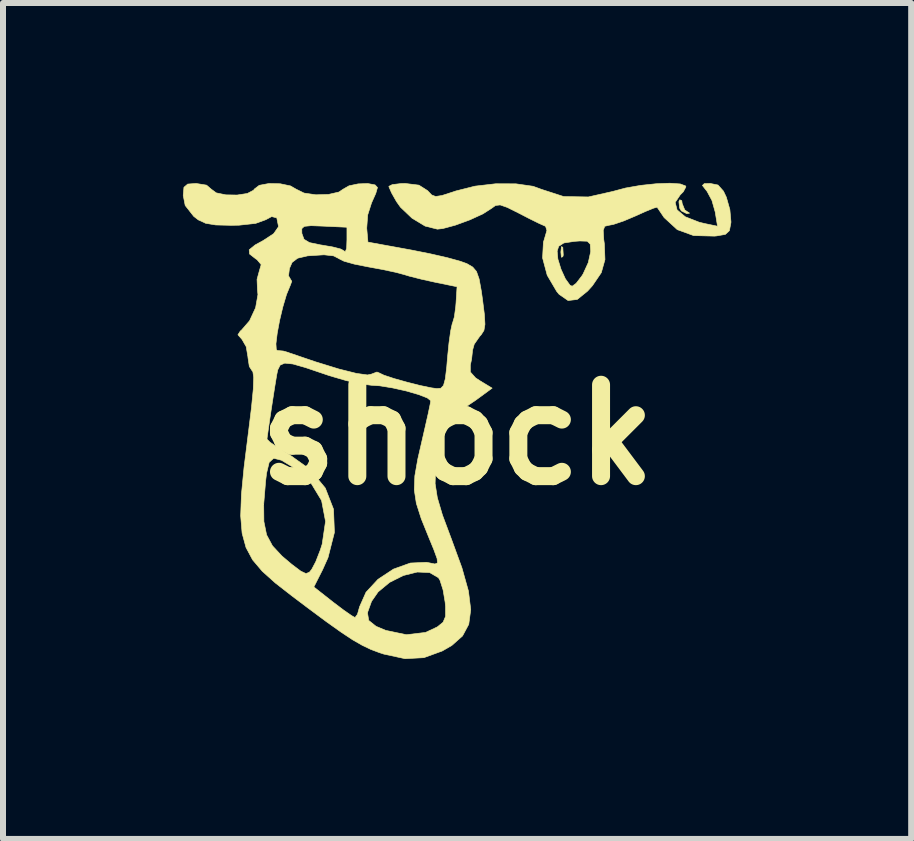
<source format=kicad_pcb>
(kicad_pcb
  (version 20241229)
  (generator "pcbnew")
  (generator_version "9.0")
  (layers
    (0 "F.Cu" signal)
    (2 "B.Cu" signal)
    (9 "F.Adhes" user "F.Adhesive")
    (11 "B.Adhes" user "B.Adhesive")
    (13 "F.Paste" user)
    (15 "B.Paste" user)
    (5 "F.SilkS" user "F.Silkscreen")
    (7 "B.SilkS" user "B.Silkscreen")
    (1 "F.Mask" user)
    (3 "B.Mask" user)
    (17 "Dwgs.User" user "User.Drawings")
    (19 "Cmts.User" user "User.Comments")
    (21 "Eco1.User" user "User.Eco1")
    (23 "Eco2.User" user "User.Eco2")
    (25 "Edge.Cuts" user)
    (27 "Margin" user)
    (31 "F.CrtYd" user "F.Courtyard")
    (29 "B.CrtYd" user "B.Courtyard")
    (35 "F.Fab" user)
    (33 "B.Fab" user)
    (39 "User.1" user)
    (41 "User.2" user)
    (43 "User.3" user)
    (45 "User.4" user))
  (footprint "shock"
    (layer "F.Cu")
    (at 4.577 4.2)
    (property "Reference" "shock" (at 0 0 0) (layer "F.SilkS") (effects (font (size 1.524 1.524) (thickness 0.3))))
    (attr through_hole)
    (fp_poly (pts (xy 1.757 -3.127) (xy 1.765 -2.997) (xy 1.757 -2.969) (xy 1.733 -2.961) (xy 1.725 -3.048) (xy 1.735 -3.138) (xy 1.757 -3.127)) (stroke (width 0.01) (type solid)) (fill yes) (layer "F.SilkS"))
    (fp_poly (pts (xy 3.741 -3.904) (xy 3.747 -3.858) (xy 3.79 -3.751) (xy 3.826 -3.725) (xy 3.871 -3.696) (xy 3.824 -3.688) (xy 3.733 -3.734) (xy 3.705 -3.781) (xy 3.693 -3.887) (xy 3.707 -3.919) (xy 3.741 -3.904)) (stroke (width 0.01) (type solid)) (fill yes) (layer "F.SilkS"))
    (fp_poly (pts (xy 3.716 -4.183) (xy 3.804 -4.15) (xy 3.81 -4.135) (xy 3.767 -4.053) (xy 3.715 -4.001) (xy 3.631 -3.875) (xy 3.663 -3.75) (xy 3.8 -3.635) (xy 4.033 -3.544) (xy 4.121 -3.523) (xy 4.337 -3.478) (xy 4.298 -3.716) (xy 4.244 -3.907) (xy 4.162 -4.06) (xy 4.152 -4.072) (xy 4.085 -4.158) (xy 4.116 -4.188) (xy 4.216 -4.191) (xy 4.345 -4.165) (xy 4.436 -4.063) (xy 4.484 -3.962) (xy 4.543 -3.754) (xy 4.561 -3.552) (xy 4.56 -3.534) (xy 4.535 -3.404) (xy 4.468 -3.342) (xy 4.319 -3.316) (xy 4.286 -3.313) (xy 3.938 -3.322) (xy 3.666 -3.421) (xy 3.446 -3.623) (xy 3.33 -3.795) (xy 3.273 -3.78) (xy 3.133 -3.723) (xy 2.978 -3.653) (xy 2.773 -3.566) (xy 2.601 -3.508) (xy 2.522 -3.493) (xy 2.456 -3.477) (xy 2.431 -3.408) (xy 2.44 -3.256) (xy 2.45 -3.184) (xy 2.46 -2.921) (xy 2.399 -2.704) (xy 2.251 -2.486) (xy 2.171 -2.397) (xy 1.998 -2.257) (xy 1.845 -2.239) (xy 1.696 -2.342) (xy 1.656 -2.39) (xy 1.497 -2.661) (xy 1.42 -2.949) (xy 1.426 -3.064) (xy 1.663 -3.064) (xy 1.675 -2.93) (xy 1.727 -2.761) (xy 1.8 -2.601) (xy 1.876 -2.496) (xy 1.913 -2.477) (xy 1.98 -2.526) (xy 2.074 -2.648) (xy 2.096 -2.683) (xy 2.182 -2.871) (xy 2.222 -3.053) (xy 2.222 -3.069) (xy 2.214 -3.18) (xy 2.165 -3.228) (xy 2.04 -3.232) (xy 1.953 -3.226) (xy 1.775 -3.199) (xy 1.689 -3.144) (xy 1.663 -3.064) (xy 1.426 -3.064) (xy 1.434 -3.213) (xy 1.449 -3.26) (xy 1.492 -3.408) (xy 1.47 -3.476) (xy 1.451 -3.485) (xy 1.359 -3.526) (xy 1.193 -3.608) (xy 1.029 -3.693) (xy 0.833 -3.791) (xy 0.713 -3.833) (xy 0.635 -3.824) (xy 0.569 -3.776) (xy 0.425 -3.684) (xy 0.207 -3.584) (xy -0.033 -3.496) (xy -0.244 -3.439) (xy -0.334 -3.429) (xy -0.538 -3.48) (xy -0.758 -3.613) (xy -0.95 -3.796) (xy -1.016 -3.889) (xy -1.098 -4.034) (xy -1.141 -4.133) (xy -1.143 -4.143) (xy -1.086 -4.172) (xy -0.944 -4.189) (xy -0.871 -4.191) (xy -0.642 -4.163) (xy -0.497 -4.071) (xy -0.493 -4.066) (xy -0.429 -3.999) (xy -0.363 -3.974) (xy -0.258 -3.99) (xy -0.078 -4.048) (xy -0.025 -4.066) (xy 0.292 -4.146) (xy 0.639 -4.186) (xy 0.975 -4.185) (xy 1.261 -4.144) (xy 1.404 -4.092) (xy 1.771 -3.973) (xy 2.183 -3.966) (xy 2.586 -4.057) (xy 2.803 -4.115) (xy 3.055 -4.159) (xy 3.311 -4.186) (xy 3.541 -4.195) (xy 3.716 -4.183)) (stroke (width 0.01) (type solid)) (fill yes) (layer "F.SilkS"))
    (fp_poly (pts (xy -4.183 -4.163) (xy -4.105 -4.096) (xy -4.021 -4.034) (xy -3.861 -4.001) (xy -3.673 -3.998) (xy -3.503 -4.024) (xy -3.398 -4.079) (xy -3.388 -4.096) (xy -3.304 -4.16) (xy -3.144 -4.19) (xy -2.955 -4.186) (xy -2.783 -4.15) (xy -2.69 -4.096) (xy -2.558 -4.031) (xy -2.361 -4.002) (xy -2.15 -4.008) (xy -1.976 -4.048) (xy -1.905 -4.096) (xy -1.807 -4.152) (xy -1.655 -4.184) (xy -1.495 -4.19) (xy -1.373 -4.167) (xy -1.333 -4.124) (xy -1.361 -4.026) (xy -1.427 -3.878) (xy -1.432 -3.867) (xy -1.496 -3.667) (xy -1.512 -3.449) (xy -1.512 -3.444) (xy -1.492 -3.213) (xy -0.762 -3.08) (xy -0.452 -3.018) (xy -0.171 -2.954) (xy 0.047 -2.894) (xy 0.158 -2.854) (xy 0.255 -2.797) (xy 0.318 -2.723) (xy 0.362 -2.598) (xy 0.399 -2.394) (xy 0.418 -2.259) (xy 0.45 -2.004) (xy 0.459 -1.842) (xy 0.442 -1.74) (xy 0.396 -1.668) (xy 0.371 -1.641) (xy 0.28 -1.51) (xy 0.253 -1.413) (xy 0.236 -1.259) (xy 0.215 -1.162) (xy 0.215 -1.048) (xy 0.303 -0.949) (xy 0.378 -0.9) (xy 0.579 -0.778) (xy 0.309 -0.58) (xy 0.141 -0.467) (xy 0.006 -0.395) (xy -0.042 -0.381) (xy -0.105 -0.325) (xy -0.17 -0.185) (xy -0.192 -0.111) (xy -0.253 0.12) (xy -0.312 0.345) (xy -0.321 0.381) (xy -0.365 0.6) (xy -0.372 0.813) (xy -0.335 1.049) (xy -0.25 1.337) (xy -0.112 1.707) (xy -0.101 1.736) (xy 0.075 2.218) (xy 0.184 2.606) (xy 0.222 2.915) (xy 0.189 3.16) (xy 0.085 3.354) (xy -0.093 3.512) (xy -0.252 3.604) (xy -0.559 3.716) (xy -0.873 3.733) (xy -1.228 3.656) (xy -1.302 3.632) (xy -1.445 3.578) (xy -1.587 3.51) (xy -1.746 3.419) (xy -1.939 3.291) (xy -2.185 3.116) (xy -2.5 2.882) (xy -2.761 2.685) (xy -3.038 2.469) (xy -3.254 2.275) (xy -3.415 2.085) (xy -3.525 1.879) (xy -3.59 1.641) (xy -3.614 1.351) (xy -3.607 1.157) (xy -3.23 1.157) (xy -3.227 1.446) (xy -3.182 1.668) (xy -3.084 1.851) (xy -2.925 2.022) (xy -2.763 2.159) (xy -2.612 2.273) (xy -2.525 2.314) (xy -2.467 2.29) (xy -2.429 2.243) (xy -2.362 2.116) (xy -2.287 1.923) (xy -2.255 1.823) (xy -2.199 1.443) (xy -2.265 1.096) (xy -2.45 0.791) (xy -2.729 0.548) (xy -2.934 0.424) (xy -3.064 0.391) (xy -3.139 0.459) (xy -3.182 0.639) (xy -3.198 0.771) (xy -3.23 1.157) (xy -3.607 1.157) (xy -3.601 0.992) (xy -3.558 0.545) (xy -3.499 0.073) (xy -3.175 0.073) (xy -3.124 0.124) (xy -2.992 0.214) (xy -2.836 0.306) (xy -2.46 0.575) (xy -2.203 0.888) (xy -2.066 1.24) (xy -2.051 1.628) (xy -2.158 2.048) (xy -2.248 2.249) (xy -2.394 2.537) (xy -2.07 2.792) (xy -1.898 2.922) (xy -1.766 3.014) (xy -1.707 3.047) (xy -1.667 2.993) (xy -1.659 2.966) (xy -1.5 2.966) (xy -1.479 3.095) (xy -1.357 3.193) (xy -1.195 3.261) (xy -0.851 3.333) (xy -0.531 3.295) (xy -0.335 3.203) (xy -0.239 3.125) (xy -0.198 3.028) (xy -0.198 2.867) (xy -0.205 2.79) (xy -0.239 2.587) (xy -0.29 2.427) (xy -0.316 2.383) (xy -0.463 2.297) (xy -0.669 2.288) (xy -0.902 2.346) (xy -1.13 2.46) (xy -1.322 2.619) (xy -1.432 2.777) (xy -1.5 2.966) (xy -1.659 2.966) (xy -1.631 2.866) (xy -1.524 2.625) (xy -1.324 2.409) (xy -1.066 2.239) (xy -0.785 2.138) (xy -0.515 2.126) (xy -0.468 2.135) (xy -0.375 2.154) (xy -0.332 2.137) (xy -0.339 2.063) (xy -0.395 1.91) (xy -0.47 1.728) (xy -0.603 1.399) (xy -0.685 1.142) (xy -0.719 0.918) (xy -0.71 0.685) (xy -0.66 0.401) (xy -0.604 0.158) (xy -0.54 -0.121) (xy -0.487 -0.354) (xy -0.454 -0.513) (xy -0.445 -0.569) (xy -0.502 -0.615) (xy -0.65 -0.672) (xy -0.854 -0.731) (xy -1.081 -0.782) (xy -1.295 -0.817) (xy -1.433 -0.826) (xy -1.609 -0.848) (xy -1.857 -0.905) (xy -2.134 -0.986) (xy -2.223 -1.016) (xy -2.533 -1.121) (xy -2.744 -1.181) (xy -2.879 -1.195) (xy -2.956 -1.162) (xy -2.996 -1.082) (xy -3.013 -1) (xy -3.048 -0.787) (xy -3.086 -0.542) (xy -3.123 -0.298) (xy -3.153 -0.092) (xy -3.172 0.043) (xy -3.175 0.073) (xy -3.499 0.073) (xy -3.489 -0.009) (xy -3.486 -0.03) (xy -3.434 -0.453) (xy -3.404 -0.76) (xy -3.397 -0.958) (xy -3.411 -1.054) (xy -3.423 -1.067) (xy -3.47 -1.14) (xy -3.492 -1.285) (xy -3.493 -1.299) (xy -3.522 -1.47) (xy -3.55 -1.518) (xy -3.026 -1.518) (xy -3.02 -1.418) (xy -3.003 -1.406) (xy -2.904 -1.397) (xy -2.857 -1.384) (xy -2.369 -1.218) (xy -1.976 -1.097) (xy -1.684 -1.024) (xy -1.499 -0.998) (xy -1.434 -1.012) (xy -1.342 -1.047) (xy -1.309 -1.034) (xy -1.225 -0.994) (xy -1.056 -0.938) (xy -0.842 -0.878) (xy -0.621 -0.822) (xy -0.433 -0.783) (xy -0.343 -0.771) (xy -0.276 -0.777) (xy -0.232 -0.823) (xy -0.202 -0.933) (xy -0.178 -1.132) (xy -0.166 -1.28) (xy -0.141 -1.529) (xy -0.113 -1.731) (xy -0.087 -1.851) (xy -0.081 -1.865) (xy -0.051 -1.966) (xy -0.028 -2.139) (xy -0.023 -2.2) (xy -0.006 -2.469) (xy -0.368 -2.543) (xy -0.598 -2.594) (xy -0.8 -2.645) (xy -0.889 -2.672) (xy -1.032 -2.71) (xy -1.252 -2.757) (xy -1.492 -2.801) (xy -1.718 -2.846) (xy -1.892 -2.895) (xy -1.978 -2.938) (xy -1.979 -2.94) (xy -2.066 -2.984) (xy -2.22 -3.001) (xy -2.233 -3.001) (xy -2.498 -2.984) (xy -2.664 -2.945) (xy -2.757 -2.874) (xy -2.801 -2.773) (xy -2.816 -2.651) (xy -2.788 -2.603) (xy -2.762 -2.559) (xy -2.787 -2.492) (xy -2.85 -2.339) (xy -2.911 -2.133) (xy -2.965 -1.907) (xy -3.005 -1.691) (xy -3.026 -1.518) (xy -3.55 -1.518) (xy -3.592 -1.591) (xy -3.593 -1.592) (xy -3.66 -1.668) (xy -3.62 -1.73) (xy -3.603 -1.743) (xy -3.466 -1.901) (xy -3.365 -2.119) (xy -3.326 -2.338) (xy -3.334 -2.414) (xy -3.341 -2.593) (xy -3.305 -2.725) (xy -3.272 -2.838) (xy -3.342 -2.921) (xy -3.364 -2.935) (xy -3.466 -3.015) (xy -3.472 -3.085) (xy -3.374 -3.165) (xy -3.239 -3.239) (xy -3.065 -3.353) (xy -3.005 -3.438) (xy -2.595 -3.438) (xy -2.594 -3.363) (xy -2.592 -3.353) (xy -2.558 -3.26) (xy -2.467 -3.205) (xy -2.285 -3.167) (xy -2.264 -3.164) (xy -2.078 -3.132) (xy -1.949 -3.099) (xy -1.92 -3.084) (xy -1.87 -3.053) (xy -1.847 -3.108) (xy -1.842 -3.254) (xy -1.842 -3.461) (xy -2.228 -3.479) (xy -2.44 -3.487) (xy -2.553 -3.476) (xy -2.595 -3.438) (xy -3.005 -3.438) (xy -2.987 -3.464) (xy -2.985 -3.483) (xy -3.012 -3.617) (xy -3.097 -3.639) (xy -3.197 -3.586) (xy -3.365 -3.525) (xy -3.642 -3.495) (xy -3.777 -3.493) (xy -4.03 -3.499) (xy -4.198 -3.527) (xy -4.321 -3.584) (xy -4.397 -3.643) (xy -4.539 -3.824) (xy -4.572 -3.992) (xy -4.56 -4.127) (xy -4.497 -4.181) (xy -4.357 -4.191) (xy -4.183 -4.163)) (stroke (width 0.01) (type solid)) (fill yes) (layer "F.SilkS")))
  (gr_rect
    (start -3 -3)
    (end 12.143 10.938)
    (stroke (width 0.1) (type default))
    (fill no)
    (layer "Edge.Cuts")))
</source>
